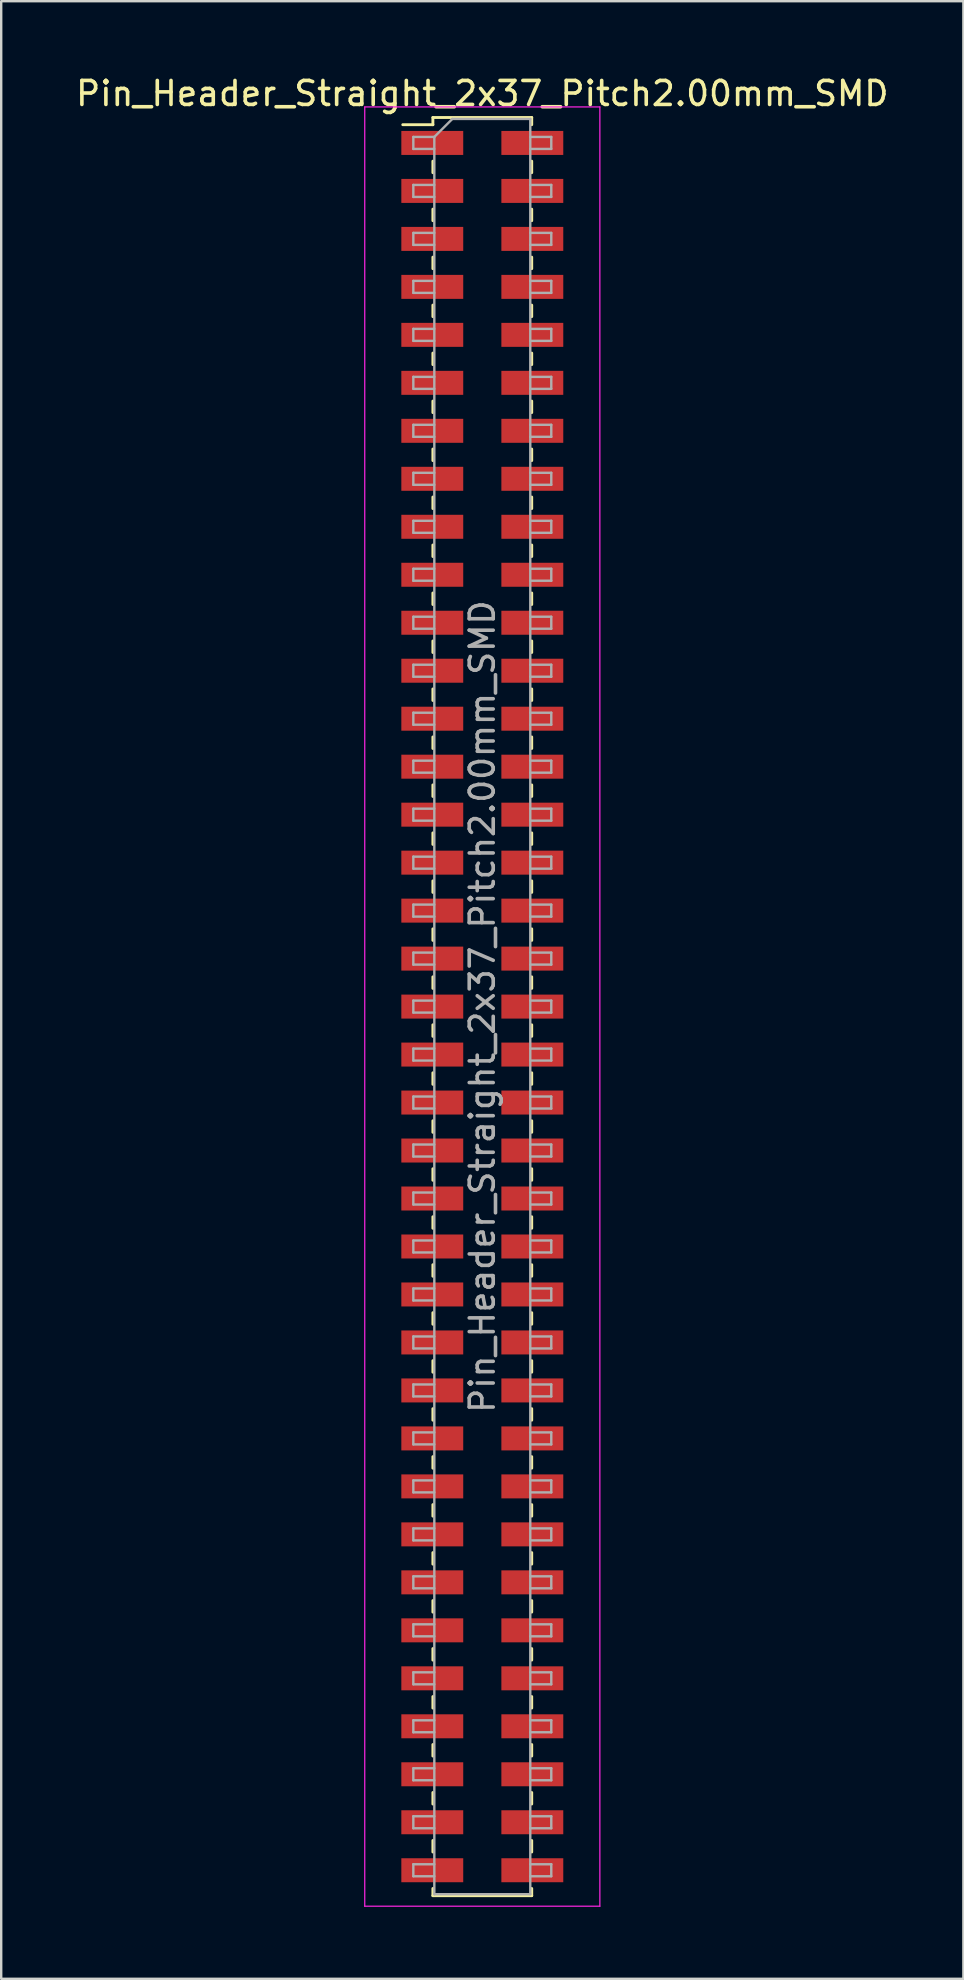
<source format=kicad_pcb>
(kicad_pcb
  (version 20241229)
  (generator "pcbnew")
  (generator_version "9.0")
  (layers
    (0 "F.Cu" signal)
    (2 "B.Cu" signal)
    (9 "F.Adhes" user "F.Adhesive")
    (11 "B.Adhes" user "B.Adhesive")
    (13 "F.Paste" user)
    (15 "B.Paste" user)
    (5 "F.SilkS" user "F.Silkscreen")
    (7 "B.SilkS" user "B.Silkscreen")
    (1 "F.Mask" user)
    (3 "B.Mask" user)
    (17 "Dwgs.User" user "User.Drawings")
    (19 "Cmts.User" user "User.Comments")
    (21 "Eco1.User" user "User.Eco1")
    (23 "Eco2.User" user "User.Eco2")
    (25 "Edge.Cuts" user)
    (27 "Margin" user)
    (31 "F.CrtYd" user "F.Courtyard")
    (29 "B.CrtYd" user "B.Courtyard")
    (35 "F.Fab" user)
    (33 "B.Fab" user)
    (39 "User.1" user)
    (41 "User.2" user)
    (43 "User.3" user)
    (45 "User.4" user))
  (footprint "Pin_Header_Straight_2x37_Pitch2.00mm_SMD"
    (layer "F.Cu")
    (at 17.054 38.908)
    (property "Reference" "Pin_Header_Straight_2x37_Pitch2.00mm_SMD" (at 0 -38.06 0) (layer "F.SilkS") (effects (font (size 1 1) (thickness 0.15))))
    (attr smd)
    (fp_line (start -3.315 -36.76) (end -2.06 -36.76) (stroke (width 0.12) (type solid)) (layer "F.SilkS"))
    (fp_line (start -2.06 -37.06) (end -2.06 -36.76) (stroke (width 0.12) (type solid)) (layer "F.SilkS"))
    (fp_line (start -2.06 -37.06) (end 2.06 -37.06) (stroke (width 0.12) (type solid)) (layer "F.SilkS"))
    (fp_line (start -2.06 -35.24) (end -2.06 -34.76) (stroke (width 0.12) (type solid)) (layer "F.SilkS"))
    (fp_line (start -2.06 -33.24) (end -2.06 -32.76) (stroke (width 0.12) (type solid)) (layer "F.SilkS"))
    (fp_line (start -2.06 -31.24) (end -2.06 -30.76) (stroke (width 0.12) (type solid)) (layer "F.SilkS"))
    (fp_line (start -2.06 -29.24) (end -2.06 -28.76) (stroke (width 0.12) (type solid)) (layer "F.SilkS"))
    (fp_line (start -2.06 -27.24) (end -2.06 -26.76) (stroke (width 0.12) (type solid)) (layer "F.SilkS"))
    (fp_line (start -2.06 -25.24) (end -2.06 -24.76) (stroke (width 0.12) (type solid)) (layer "F.SilkS"))
    (fp_line (start -2.06 -23.24) (end -2.06 -22.76) (stroke (width 0.12) (type solid)) (layer "F.SilkS"))
    (fp_line (start -2.06 -21.24) (end -2.06 -20.76) (stroke (width 0.12) (type solid)) (layer "F.SilkS"))
    (fp_line (start -2.06 -19.24) (end -2.06 -18.76) (stroke (width 0.12) (type solid)) (layer "F.SilkS"))
    (fp_line (start -2.06 -17.24) (end -2.06 -16.76) (stroke (width 0.12) (type solid)) (layer "F.SilkS"))
    (fp_line (start -2.06 -15.24) (end -2.06 -14.76) (stroke (width 0.12) (type solid)) (layer "F.SilkS"))
    (fp_line (start -2.06 -13.24) (end -2.06 -12.76) (stroke (width 0.12) (type solid)) (layer "F.SilkS"))
    (fp_line (start -2.06 -11.24) (end -2.06 -10.76) (stroke (width 0.12) (type solid)) (layer "F.SilkS"))
    (fp_line (start -2.06 -9.24) (end -2.06 -8.76) (stroke (width 0.12) (type solid)) (layer "F.SilkS"))
    (fp_line (start -2.06 -7.24) (end -2.06 -6.76) (stroke (width 0.12) (type solid)) (layer "F.SilkS"))
    (fp_line (start -2.06 -5.24) (end -2.06 -4.76) (stroke (width 0.12) (type solid)) (layer "F.SilkS"))
    (fp_line (start -2.06 -3.24) (end -2.06 -2.76) (stroke (width 0.12) (type solid)) (layer "F.SilkS"))
    (fp_line (start -2.06 -1.24) (end -2.06 -0.76) (stroke (width 0.12) (type solid)) (layer "F.SilkS"))
    (fp_line (start -2.06 0.76) (end -2.06 1.24) (stroke (width 0.12) (type solid)) (layer "F.SilkS"))
    (fp_line (start -2.06 2.76) (end -2.06 3.24) (stroke (width 0.12) (type solid)) (layer "F.SilkS"))
    (fp_line (start -2.06 4.76) (end -2.06 5.24) (stroke (width 0.12) (type solid)) (layer "F.SilkS"))
    (fp_line (start -2.06 6.76) (end -2.06 7.24) (stroke (width 0.12) (type solid)) (layer "F.SilkS"))
    (fp_line (start -2.06 8.76) (end -2.06 9.24) (stroke (width 0.12) (type solid)) (layer "F.SilkS"))
    (fp_line (start -2.06 10.76) (end -2.06 11.24) (stroke (width 0.12) (type solid)) (layer "F.SilkS"))
    (fp_line (start -2.06 12.76) (end -2.06 13.24) (stroke (width 0.12) (type solid)) (layer "F.SilkS"))
    (fp_line (start -2.06 14.76) (end -2.06 15.24) (stroke (width 0.12) (type solid)) (layer "F.SilkS"))
    (fp_line (start -2.06 16.76) (end -2.06 17.24) (stroke (width 0.12) (type solid)) (layer "F.SilkS"))
    (fp_line (start -2.06 18.76) (end -2.06 19.24) (stroke (width 0.12) (type solid)) (layer "F.SilkS"))
    (fp_line (start -2.06 20.76) (end -2.06 21.24) (stroke (width 0.12) (type solid)) (layer "F.SilkS"))
    (fp_line (start -2.06 22.76) (end -2.06 23.24) (stroke (width 0.12) (type solid)) (layer "F.SilkS"))
    (fp_line (start -2.06 24.76) (end -2.06 25.24) (stroke (width 0.12) (type solid)) (layer "F.SilkS"))
    (fp_line (start -2.06 26.76) (end -2.06 27.24) (stroke (width 0.12) (type solid)) (layer "F.SilkS"))
    (fp_line (start -2.06 28.76) (end -2.06 29.24) (stroke (width 0.12) (type solid)) (layer "F.SilkS"))
    (fp_line (start -2.06 30.76) (end -2.06 31.24) (stroke (width 0.12) (type solid)) (layer "F.SilkS"))
    (fp_line (start -2.06 32.76) (end -2.06 33.24) (stroke (width 0.12) (type solid)) (layer "F.SilkS"))
    (fp_line (start -2.06 34.76) (end -2.06 35.24) (stroke (width 0.12) (type solid)) (layer "F.SilkS"))
    (fp_line (start -2.06 36.76) (end -2.06 37.06) (stroke (width 0.12) (type solid)) (layer "F.SilkS"))
    (fp_line (start -2.06 37.06) (end 2.06 37.06) (stroke (width 0.12) (type solid)) (layer "F.SilkS"))
    (fp_line (start 2.06 -37.06) (end 2.06 -36.76) (stroke (width 0.12) (type solid)) (layer "F.SilkS"))
    (fp_line (start 2.06 -35.24) (end 2.06 -34.76) (stroke (width 0.12) (type solid)) (layer "F.SilkS"))
    (fp_line (start 2.06 -33.24) (end 2.06 -32.76) (stroke (width 0.12) (type solid)) (layer "F.SilkS"))
    (fp_line (start 2.06 -31.24) (end 2.06 -30.76) (stroke (width 0.12) (type solid)) (layer "F.SilkS"))
    (fp_line (start 2.06 -29.24) (end 2.06 -28.76) (stroke (width 0.12) (type solid)) (layer "F.SilkS"))
    (fp_line (start 2.06 -27.24) (end 2.06 -26.76) (stroke (width 0.12) (type solid)) (layer "F.SilkS"))
    (fp_line (start 2.06 -25.24) (end 2.06 -24.76) (stroke (width 0.12) (type solid)) (layer "F.SilkS"))
    (fp_line (start 2.06 -23.24) (end 2.06 -22.76) (stroke (width 0.12) (type solid)) (layer "F.SilkS"))
    (fp_line (start 2.06 -21.24) (end 2.06 -20.76) (stroke (width 0.12) (type solid)) (layer "F.SilkS"))
    (fp_line (start 2.06 -19.24) (end 2.06 -18.76) (stroke (width 0.12) (type solid)) (layer "F.SilkS"))
    (fp_line (start 2.06 -17.24) (end 2.06 -16.76) (stroke (width 0.12) (type solid)) (layer "F.SilkS"))
    (fp_line (start 2.06 -15.24) (end 2.06 -14.76) (stroke (width 0.12) (type solid)) (layer "F.SilkS"))
    (fp_line (start 2.06 -13.24) (end 2.06 -12.76) (stroke (width 0.12) (type solid)) (layer "F.SilkS"))
    (fp_line (start 2.06 -11.24) (end 2.06 -10.76) (stroke (width 0.12) (type solid)) (layer "F.SilkS"))
    (fp_line (start 2.06 -9.24) (end 2.06 -8.76) (stroke (width 0.12) (type solid)) (layer "F.SilkS"))
    (fp_line (start 2.06 -7.24) (end 2.06 -6.76) (stroke (width 0.12) (type solid)) (layer "F.SilkS"))
    (fp_line (start 2.06 -5.24) (end 2.06 -4.76) (stroke (width 0.12) (type solid)) (layer "F.SilkS"))
    (fp_line (start 2.06 -3.24) (end 2.06 -2.76) (stroke (width 0.12) (type solid)) (layer "F.SilkS"))
    (fp_line (start 2.06 -1.24) (end 2.06 -0.76) (stroke (width 0.12) (type solid)) (layer "F.SilkS"))
    (fp_line (start 2.06 0.76) (end 2.06 1.24) (stroke (width 0.12) (type solid)) (layer "F.SilkS"))
    (fp_line (start 2.06 2.76) (end 2.06 3.24) (stroke (width 0.12) (type solid)) (layer "F.SilkS"))
    (fp_line (start 2.06 4.76) (end 2.06 5.24) (stroke (width 0.12) (type solid)) (layer "F.SilkS"))
    (fp_line (start 2.06 6.76) (end 2.06 7.24) (stroke (width 0.12) (type solid)) (layer "F.SilkS"))
    (fp_line (start 2.06 8.76) (end 2.06 9.24) (stroke (width 0.12) (type solid)) (layer "F.SilkS"))
    (fp_line (start 2.06 10.76) (end 2.06 11.24) (stroke (width 0.12) (type solid)) (layer "F.SilkS"))
    (fp_line (start 2.06 12.76) (end 2.06 13.24) (stroke (width 0.12) (type solid)) (layer "F.SilkS"))
    (fp_line (start 2.06 14.76) (end 2.06 15.24) (stroke (width 0.12) (type solid)) (layer "F.SilkS"))
    (fp_line (start 2.06 16.76) (end 2.06 17.24) (stroke (width 0.12) (type solid)) (layer "F.SilkS"))
    (fp_line (start 2.06 18.76) (end 2.06 19.24) (stroke (width 0.12) (type solid)) (layer "F.SilkS"))
    (fp_line (start 2.06 20.76) (end 2.06 21.24) (stroke (width 0.12) (type solid)) (layer "F.SilkS"))
    (fp_line (start 2.06 22.76) (end 2.06 23.24) (stroke (width 0.12) (type solid)) (layer "F.SilkS"))
    (fp_line (start 2.06 24.76) (end 2.06 25.24) (stroke (width 0.12) (type solid)) (layer "F.SilkS"))
    (fp_line (start 2.06 26.76) (end 2.06 27.24) (stroke (width 0.12) (type solid)) (layer "F.SilkS"))
    (fp_line (start 2.06 28.76) (end 2.06 29.24) (stroke (width 0.12) (type solid)) (layer "F.SilkS"))
    (fp_line (start 2.06 30.76) (end 2.06 31.24) (stroke (width 0.12) (type solid)) (layer "F.SilkS"))
    (fp_line (start 2.06 32.76) (end 2.06 33.24) (stroke (width 0.12) (type solid)) (layer "F.SilkS"))
    (fp_line (start 2.06 34.76) (end 2.06 35.24) (stroke (width 0.12) (type solid)) (layer "F.SilkS"))
    (fp_line (start 2.06 36.76) (end 2.06 37.06) (stroke (width 0.12) (type solid)) (layer "F.SilkS"))
    (fp_line (start -4.9 -37.5) (end -4.9 37.5) (stroke (width 0.05) (type solid)) (layer "F.CrtYd"))
    (fp_line (start -4.9 37.5) (end 4.9 37.5) (stroke (width 0.05) (type solid)) (layer "F.CrtYd"))
    (fp_line (start 4.9 -37.5) (end -4.9 -37.5) (stroke (width 0.05) (type solid)) (layer "F.CrtYd"))
    (fp_line (start 4.9 37.5) (end 4.9 -37.5) (stroke (width 0.05) (type solid)) (layer "F.CrtYd"))
    (fp_line (start -2.875 -36.25) (end -2.875 -35.75) (stroke (width 0.1) (type solid)) (layer "F.Fab"))
    (fp_line (start -2.875 -35.75) (end -2 -35.75) (stroke (width 0.1) (type solid)) (layer "F.Fab"))
    (fp_line (start -2.875 -34.25) (end -2.875 -33.75) (stroke (width 0.1) (type solid)) (layer "F.Fab"))
    (fp_line (start -2.875 -33.75) (end -2 -33.75) (stroke (width 0.1) (type solid)) (layer "F.Fab"))
    (fp_line (start -2.875 -32.25) (end -2.875 -31.75) (stroke (width 0.1) (type solid)) (layer "F.Fab"))
    (fp_line (start -2.875 -31.75) (end -2 -31.75) (stroke (width 0.1) (type solid)) (layer "F.Fab"))
    (fp_line (start -2.875 -30.25) (end -2.875 -29.75) (stroke (width 0.1) (type solid)) (layer "F.Fab"))
    (fp_line (start -2.875 -29.75) (end -2 -29.75) (stroke (width 0.1) (type solid)) (layer "F.Fab"))
    (fp_line (start -2.875 -28.25) (end -2.875 -27.75) (stroke (width 0.1) (type solid)) (layer "F.Fab"))
    (fp_line (start -2.875 -27.75) (end -2 -27.75) (stroke (width 0.1) (type solid)) (layer "F.Fab"))
    (fp_line (start -2.875 -26.25) (end -2.875 -25.75) (stroke (width 0.1) (type solid)) (layer "F.Fab"))
    (fp_line (start -2.875 -25.75) (end -2 -25.75) (stroke (width 0.1) (type solid)) (layer "F.Fab"))
    (fp_line (start -2.875 -24.25) (end -2.875 -23.75) (stroke (width 0.1) (type solid)) (layer "F.Fab"))
    (fp_line (start -2.875 -23.75) (end -2 -23.75) (stroke (width 0.1) (type solid)) (layer "F.Fab"))
    (fp_line (start -2.875 -22.25) (end -2.875 -21.75) (stroke (width 0.1) (type solid)) (layer "F.Fab"))
    (fp_line (start -2.875 -21.75) (end -2 -21.75) (stroke (width 0.1) (type solid)) (layer "F.Fab"))
    (fp_line (start -2.875 -20.25) (end -2.875 -19.75) (stroke (width 0.1) (type solid)) (layer "F.Fab"))
    (fp_line (start -2.875 -19.75) (end -2 -19.75) (stroke (width 0.1) (type solid)) (layer "F.Fab"))
    (fp_line (start -2.875 -18.25) (end -2.875 -17.75) (stroke (width 0.1) (type solid)) (layer "F.Fab"))
    (fp_line (start -2.875 -17.75) (end -2 -17.75) (stroke (width 0.1) (type solid)) (layer "F.Fab"))
    (fp_line (start -2.875 -16.25) (end -2.875 -15.75) (stroke (width 0.1) (type solid)) (layer "F.Fab"))
    (fp_line (start -2.875 -15.75) (end -2 -15.75) (stroke (width 0.1) (type solid)) (layer "F.Fab"))
    (fp_line (start -2.875 -14.25) (end -2.875 -13.75) (stroke (width 0.1) (type solid)) (layer "F.Fab"))
    (fp_line (start -2.875 -13.75) (end -2 -13.75) (stroke (width 0.1) (type solid)) (layer "F.Fab"))
    (fp_line (start -2.875 -12.25) (end -2.875 -11.75) (stroke (width 0.1) (type solid)) (layer "F.Fab"))
    (fp_line (start -2.875 -11.75) (end -2 -11.75) (stroke (width 0.1) (type solid)) (layer "F.Fab"))
    (fp_line (start -2.875 -10.25) (end -2.875 -9.75) (stroke (width 0.1) (type solid)) (layer "F.Fab"))
    (fp_line (start -2.875 -9.75) (end -2 -9.75) (stroke (width 0.1) (type solid)) (layer "F.Fab"))
    (fp_line (start -2.875 -8.25) (end -2.875 -7.75) (stroke (width 0.1) (type solid)) (layer "F.Fab"))
    (fp_line (start -2.875 -7.75) (end -2 -7.75) (stroke (width 0.1) (type solid)) (layer "F.Fab"))
    (fp_line (start -2.875 -6.25) (end -2.875 -5.75) (stroke (width 0.1) (type solid)) (layer "F.Fab"))
    (fp_line (start -2.875 -5.75) (end -2 -5.75) (stroke (width 0.1) (type solid)) (layer "F.Fab"))
    (fp_line (start -2.875 -4.25) (end -2.875 -3.75) (stroke (width 0.1) (type solid)) (layer "F.Fab"))
    (fp_line (start -2.875 -3.75) (end -2 -3.75) (stroke (width 0.1) (type solid)) (layer "F.Fab"))
    (fp_line (start -2.875 -2.25) (end -2.875 -1.75) (stroke (width 0.1) (type solid)) (layer "F.Fab"))
    (fp_line (start -2.875 -1.75) (end -2 -1.75) (stroke (width 0.1) (type solid)) (layer "F.Fab"))
    (fp_line (start -2.875 -0.25) (end -2.875 0.25) (stroke (width 0.1) (type solid)) (layer "F.Fab"))
    (fp_line (start -2.875 0.25) (end -2 0.25) (stroke (width 0.1) (type solid)) (layer "F.Fab"))
    (fp_line (start -2.875 1.75) (end -2.875 2.25) (stroke (width 0.1) (type solid)) (layer "F.Fab"))
    (fp_line (start -2.875 2.25) (end -2 2.25) (stroke (width 0.1) (type solid)) (layer "F.Fab"))
    (fp_line (start -2.875 3.75) (end -2.875 4.25) (stroke (width 0.1) (type solid)) (layer "F.Fab"))
    (fp_line (start -2.875 4.25) (end -2 4.25) (stroke (width 0.1) (type solid)) (layer "F.Fab"))
    (fp_line (start -2.875 5.75) (end -2.875 6.25) (stroke (width 0.1) (type solid)) (layer "F.Fab"))
    (fp_line (start -2.875 6.25) (end -2 6.25) (stroke (width 0.1) (type solid)) (layer "F.Fab"))
    (fp_line (start -2.875 7.75) (end -2.875 8.25) (stroke (width 0.1) (type solid)) (layer "F.Fab"))
    (fp_line (start -2.875 8.25) (end -2 8.25) (stroke (width 0.1) (type solid)) (layer "F.Fab"))
    (fp_line (start -2.875 9.75) (end -2.875 10.25) (stroke (width 0.1) (type solid)) (layer "F.Fab"))
    (fp_line (start -2.875 10.25) (end -2 10.25) (stroke (width 0.1) (type solid)) (layer "F.Fab"))
    (fp_line (start -2.875 11.75) (end -2.875 12.25) (stroke (width 0.1) (type solid)) (layer "F.Fab"))
    (fp_line (start -2.875 12.25) (end -2 12.25) (stroke (width 0.1) (type solid)) (layer "F.Fab"))
    (fp_line (start -2.875 13.75) (end -2.875 14.25) (stroke (width 0.1) (type solid)) (layer "F.Fab"))
    (fp_line (start -2.875 14.25) (end -2 14.25) (stroke (width 0.1) (type solid)) (layer "F.Fab"))
    (fp_line (start -2.875 15.75) (end -2.875 16.25) (stroke (width 0.1) (type solid)) (layer "F.Fab"))
    (fp_line (start -2.875 16.25) (end -2 16.25) (stroke (width 0.1) (type solid)) (layer "F.Fab"))
    (fp_line (start -2.875 17.75) (end -2.875 18.25) (stroke (width 0.1) (type solid)) (layer "F.Fab"))
    (fp_line (start -2.875 18.25) (end -2 18.25) (stroke (width 0.1) (type solid)) (layer "F.Fab"))
    (fp_line (start -2.875 19.75) (end -2.875 20.25) (stroke (width 0.1) (type solid)) (layer "F.Fab"))
    (fp_line (start -2.875 20.25) (end -2 20.25) (stroke (width 0.1) (type solid)) (layer "F.Fab"))
    (fp_line (start -2.875 21.75) (end -2.875 22.25) (stroke (width 0.1) (type solid)) (layer "F.Fab"))
    (fp_line (start -2.875 22.25) (end -2 22.25) (stroke (width 0.1) (type solid)) (layer "F.Fab"))
    (fp_line (start -2.875 23.75) (end -2.875 24.25) (stroke (width 0.1) (type solid)) (layer "F.Fab"))
    (fp_line (start -2.875 24.25) (end -2 24.25) (stroke (width 0.1) (type solid)) (layer "F.Fab"))
    (fp_line (start -2.875 25.75) (end -2.875 26.25) (stroke (width 0.1) (type solid)) (layer "F.Fab"))
    (fp_line (start -2.875 26.25) (end -2 26.25) (stroke (width 0.1) (type solid)) (layer "F.Fab"))
    (fp_line (start -2.875 27.75) (end -2.875 28.25) (stroke (width 0.1) (type solid)) (layer "F.Fab"))
    (fp_line (start -2.875 28.25) (end -2 28.25) (stroke (width 0.1) (type solid)) (layer "F.Fab"))
    (fp_line (start -2.875 29.75) (end -2.875 30.25) (stroke (width 0.1) (type solid)) (layer "F.Fab"))
    (fp_line (start -2.875 30.25) (end -2 30.25) (stroke (width 0.1) (type solid)) (layer "F.Fab"))
    (fp_line (start -2.875 31.75) (end -2.875 32.25) (stroke (width 0.1) (type solid)) (layer "F.Fab"))
    (fp_line (start -2.875 32.25) (end -2 32.25) (stroke (width 0.1) (type solid)) (layer "F.Fab"))
    (fp_line (start -2.875 33.75) (end -2.875 34.25) (stroke (width 0.1) (type solid)) (layer "F.Fab"))
    (fp_line (start -2.875 34.25) (end -2 34.25) (stroke (width 0.1) (type solid)) (layer "F.Fab"))
    (fp_line (start -2.875 35.75) (end -2.875 36.25) (stroke (width 0.1) (type solid)) (layer "F.Fab"))
    (fp_line (start -2.875 36.25) (end -2 36.25) (stroke (width 0.1) (type solid)) (layer "F.Fab"))
    (fp_line (start -2 -36.25) (end -2.875 -36.25) (stroke (width 0.1) (type solid)) (layer "F.Fab"))
    (fp_line (start -2 -36.25) (end -1.25 -37) (stroke (width 0.1) (type solid)) (layer "F.Fab"))
    (fp_line (start -2 -34.25) (end -2.875 -34.25) (stroke (width 0.1) (type solid)) (layer "F.Fab"))
    (fp_line (start -2 -32.25) (end -2.875 -32.25) (stroke (width 0.1) (type solid)) (layer "F.Fab"))
    (fp_line (start -2 -30.25) (end -2.875 -30.25) (stroke (width 0.1) (type solid)) (layer "F.Fab"))
    (fp_line (start -2 -28.25) (end -2.875 -28.25) (stroke (width 0.1) (type solid)) (layer "F.Fab"))
    (fp_line (start -2 -26.25) (end -2.875 -26.25) (stroke (width 0.1) (type solid)) (layer "F.Fab"))
    (fp_line (start -2 -24.25) (end -2.875 -24.25) (stroke (width 0.1) (type solid)) (layer "F.Fab"))
    (fp_line (start -2 -22.25) (end -2.875 -22.25) (stroke (width 0.1) (type solid)) (layer "F.Fab"))
    (fp_line (start -2 -20.25) (end -2.875 -20.25) (stroke (width 0.1) (type solid)) (layer "F.Fab"))
    (fp_line (start -2 -18.25) (end -2.875 -18.25) (stroke (width 0.1) (type solid)) (layer "F.Fab"))
    (fp_line (start -2 -16.25) (end -2.875 -16.25) (stroke (width 0.1) (type solid)) (layer "F.Fab"))
    (fp_line (start -2 -14.25) (end -2.875 -14.25) (stroke (width 0.1) (type solid)) (layer "F.Fab"))
    (fp_line (start -2 -12.25) (end -2.875 -12.25) (stroke (width 0.1) (type solid)) (layer "F.Fab"))
    (fp_line (start -2 -10.25) (end -2.875 -10.25) (stroke (width 0.1) (type solid)) (layer "F.Fab"))
    (fp_line (start -2 -8.25) (end -2.875 -8.25) (stroke (width 0.1) (type solid)) (layer "F.Fab"))
    (fp_line (start -2 -6.25) (end -2.875 -6.25) (stroke (width 0.1) (type solid)) (layer "F.Fab"))
    (fp_line (start -2 -4.25) (end -2.875 -4.25) (stroke (width 0.1) (type solid)) (layer "F.Fab"))
    (fp_line (start -2 -2.25) (end -2.875 -2.25) (stroke (width 0.1) (type solid)) (layer "F.Fab"))
    (fp_line (start -2 -0.25) (end -2.875 -0.25) (stroke (width 0.1) (type solid)) (layer "F.Fab"))
    (fp_line (start -2 1.75) (end -2.875 1.75) (stroke (width 0.1) (type solid)) (layer "F.Fab"))
    (fp_line (start -2 3.75) (end -2.875 3.75) (stroke (width 0.1) (type solid)) (layer "F.Fab"))
    (fp_line (start -2 5.75) (end -2.875 5.75) (stroke (width 0.1) (type solid)) (layer "F.Fab"))
    (fp_line (start -2 7.75) (end -2.875 7.75) (stroke (width 0.1) (type solid)) (layer "F.Fab"))
    (fp_line (start -2 9.75) (end -2.875 9.75) (stroke (width 0.1) (type solid)) (layer "F.Fab"))
    (fp_line (start -2 11.75) (end -2.875 11.75) (stroke (width 0.1) (type solid)) (layer "F.Fab"))
    (fp_line (start -2 13.75) (end -2.875 13.75) (stroke (width 0.1) (type solid)) (layer "F.Fab"))
    (fp_line (start -2 15.75) (end -2.875 15.75) (stroke (width 0.1) (type solid)) (layer "F.Fab"))
    (fp_line (start -2 17.75) (end -2.875 17.75) (stroke (width 0.1) (type solid)) (layer "F.Fab"))
    (fp_line (start -2 19.75) (end -2.875 19.75) (stroke (width 0.1) (type solid)) (layer "F.Fab"))
    (fp_line (start -2 21.75) (end -2.875 21.75) (stroke (width 0.1) (type solid)) (layer "F.Fab"))
    (fp_line (start -2 23.75) (end -2.875 23.75) (stroke (width 0.1) (type solid)) (layer "F.Fab"))
    (fp_line (start -2 25.75) (end -2.875 25.75) (stroke (width 0.1) (type solid)) (layer "F.Fab"))
    (fp_line (start -2 27.75) (end -2.875 27.75) (stroke (width 0.1) (type solid)) (layer "F.Fab"))
    (fp_line (start -2 29.75) (end -2.875 29.75) (stroke (width 0.1) (type solid)) (layer "F.Fab"))
    (fp_line (start -2 31.75) (end -2.875 31.75) (stroke (width 0.1) (type solid)) (layer "F.Fab"))
    (fp_line (start -2 33.75) (end -2.875 33.75) (stroke (width 0.1) (type solid)) (layer "F.Fab"))
    (fp_line (start -2 35.75) (end -2.875 35.75) (stroke (width 0.1) (type solid)) (layer "F.Fab"))
    (fp_line (start -2 37) (end -2 -36.25) (stroke (width 0.1) (type solid)) (layer "F.Fab"))
    (fp_line (start -1.25 -37) (end 2 -37) (stroke (width 0.1) (type solid)) (layer "F.Fab"))
    (fp_line (start 2 -37) (end 2 37) (stroke (width 0.1) (type solid)) (layer "F.Fab"))
    (fp_line (start 2 -36.25) (end 2.875 -36.25) (stroke (width 0.1) (type solid)) (layer "F.Fab"))
    (fp_line (start 2 -34.25) (end 2.875 -34.25) (stroke (width 0.1) (type solid)) (layer "F.Fab"))
    (fp_line (start 2 -32.25) (end 2.875 -32.25) (stroke (width 0.1) (type solid)) (layer "F.Fab"))
    (fp_line (start 2 -30.25) (end 2.875 -30.25) (stroke (width 0.1) (type solid)) (layer "F.Fab"))
    (fp_line (start 2 -28.25) (end 2.875 -28.25) (stroke (width 0.1) (type solid)) (layer "F.Fab"))
    (fp_line (start 2 -26.25) (end 2.875 -26.25) (stroke (width 0.1) (type solid)) (layer "F.Fab"))
    (fp_line (start 2 -24.25) (end 2.875 -24.25) (stroke (width 0.1) (type solid)) (layer "F.Fab"))
    (fp_line (start 2 -22.25) (end 2.875 -22.25) (stroke (width 0.1) (type solid)) (layer "F.Fab"))
    (fp_line (start 2 -20.25) (end 2.875 -20.25) (stroke (width 0.1) (type solid)) (layer "F.Fab"))
    (fp_line (start 2 -18.25) (end 2.875 -18.25) (stroke (width 0.1) (type solid)) (layer "F.Fab"))
    (fp_line (start 2 -16.25) (end 2.875 -16.25) (stroke (width 0.1) (type solid)) (layer "F.Fab"))
    (fp_line (start 2 -14.25) (end 2.875 -14.25) (stroke (width 0.1) (type solid)) (layer "F.Fab"))
    (fp_line (start 2 -12.25) (end 2.875 -12.25) (stroke (width 0.1) (type solid)) (layer "F.Fab"))
    (fp_line (start 2 -10.25) (end 2.875 -10.25) (stroke (width 0.1) (type solid)) (layer "F.Fab"))
    (fp_line (start 2 -8.25) (end 2.875 -8.25) (stroke (width 0.1) (type solid)) (layer "F.Fab"))
    (fp_line (start 2 -6.25) (end 2.875 -6.25) (stroke (width 0.1) (type solid)) (layer "F.Fab"))
    (fp_line (start 2 -4.25) (end 2.875 -4.25) (stroke (width 0.1) (type solid)) (layer "F.Fab"))
    (fp_line (start 2 -2.25) (end 2.875 -2.25) (stroke (width 0.1) (type solid)) (layer "F.Fab"))
    (fp_line (start 2 -0.25) (end 2.875 -0.25) (stroke (width 0.1) (type solid)) (layer "F.Fab"))
    (fp_line (start 2 1.75) (end 2.875 1.75) (stroke (width 0.1) (type solid)) (layer "F.Fab"))
    (fp_line (start 2 3.75) (end 2.875 3.75) (stroke (width 0.1) (type solid)) (layer "F.Fab"))
    (fp_line (start 2 5.75) (end 2.875 5.75) (stroke (width 0.1) (type solid)) (layer "F.Fab"))
    (fp_line (start 2 7.75) (end 2.875 7.75) (stroke (width 0.1) (type solid)) (layer "F.Fab"))
    (fp_line (start 2 9.75) (end 2.875 9.75) (stroke (width 0.1) (type solid)) (layer "F.Fab"))
    (fp_line (start 2 11.75) (end 2.875 11.75) (stroke (width 0.1) (type solid)) (layer "F.Fab"))
    (fp_line (start 2 13.75) (end 2.875 13.75) (stroke (width 0.1) (type solid)) (layer "F.Fab"))
    (fp_line (start 2 15.75) (end 2.875 15.75) (stroke (width 0.1) (type solid)) (layer "F.Fab"))
    (fp_line (start 2 17.75) (end 2.875 17.75) (stroke (width 0.1) (type solid)) (layer "F.Fab"))
    (fp_line (start 2 19.75) (end 2.875 19.75) (stroke (width 0.1) (type solid)) (layer "F.Fab"))
    (fp_line (start 2 21.75) (end 2.875 21.75) (stroke (width 0.1) (type solid)) (layer "F.Fab"))
    (fp_line (start 2 23.75) (end 2.875 23.75) (stroke (width 0.1) (type solid)) (layer "F.Fab"))
    (fp_line (start 2 25.75) (end 2.875 25.75) (stroke (width 0.1) (type solid)) (layer "F.Fab"))
    (fp_line (start 2 27.75) (end 2.875 27.75) (stroke (width 0.1) (type solid)) (layer "F.Fab"))
    (fp_line (start 2 29.75) (end 2.875 29.75) (stroke (width 0.1) (type solid)) (layer "F.Fab"))
    (fp_line (start 2 31.75) (end 2.875 31.75) (stroke (width 0.1) (type solid)) (layer "F.Fab"))
    (fp_line (start 2 33.75) (end 2.875 33.75) (stroke (width 0.1) (type solid)) (layer "F.Fab"))
    (fp_line (start 2 35.75) (end 2.875 35.75) (stroke (width 0.1) (type solid)) (layer "F.Fab"))
    (fp_line (start 2 37) (end -2 37) (stroke (width 0.1) (type solid)) (layer "F.Fab"))
    (fp_line (start 2.875 -36.25) (end 2.875 -35.75) (stroke (width 0.1) (type solid)) (layer "F.Fab"))
    (fp_line (start 2.875 -35.75) (end 2 -35.75) (stroke (width 0.1) (type solid)) (layer "F.Fab"))
    (fp_line (start 2.875 -34.25) (end 2.875 -33.75) (stroke (width 0.1) (type solid)) (layer "F.Fab"))
    (fp_line (start 2.875 -33.75) (end 2 -33.75) (stroke (width 0.1) (type solid)) (layer "F.Fab"))
    (fp_line (start 2.875 -32.25) (end 2.875 -31.75) (stroke (width 0.1) (type solid)) (layer "F.Fab"))
    (fp_line (start 2.875 -31.75) (end 2 -31.75) (stroke (width 0.1) (type solid)) (layer "F.Fab"))
    (fp_line (start 2.875 -30.25) (end 2.875 -29.75) (stroke (width 0.1) (type solid)) (layer "F.Fab"))
    (fp_line (start 2.875 -29.75) (end 2 -29.75) (stroke (width 0.1) (type solid)) (layer "F.Fab"))
    (fp_line (start 2.875 -28.25) (end 2.875 -27.75) (stroke (width 0.1) (type solid)) (layer "F.Fab"))
    (fp_line (start 2.875 -27.75) (end 2 -27.75) (stroke (width 0.1) (type solid)) (layer "F.Fab"))
    (fp_line (start 2.875 -26.25) (end 2.875 -25.75) (stroke (width 0.1) (type solid)) (layer "F.Fab"))
    (fp_line (start 2.875 -25.75) (end 2 -25.75) (stroke (width 0.1) (type solid)) (layer "F.Fab"))
    (fp_line (start 2.875 -24.25) (end 2.875 -23.75) (stroke (width 0.1) (type solid)) (layer "F.Fab"))
    (fp_line (start 2.875 -23.75) (end 2 -23.75) (stroke (width 0.1) (type solid)) (layer "F.Fab"))
    (fp_line (start 2.875 -22.25) (end 2.875 -21.75) (stroke (width 0.1) (type solid)) (layer "F.Fab"))
    (fp_line (start 2.875 -21.75) (end 2 -21.75) (stroke (width 0.1) (type solid)) (layer "F.Fab"))
    (fp_line (start 2.875 -20.25) (end 2.875 -19.75) (stroke (width 0.1) (type solid)) (layer "F.Fab"))
    (fp_line (start 2.875 -19.75) (end 2 -19.75) (stroke (width 0.1) (type solid)) (layer "F.Fab"))
    (fp_line (start 2.875 -18.25) (end 2.875 -17.75) (stroke (width 0.1) (type solid)) (layer "F.Fab"))
    (fp_line (start 2.875 -17.75) (end 2 -17.75) (stroke (width 0.1) (type solid)) (layer "F.Fab"))
    (fp_line (start 2.875 -16.25) (end 2.875 -15.75) (stroke (width 0.1) (type solid)) (layer "F.Fab"))
    (fp_line (start 2.875 -15.75) (end 2 -15.75) (stroke (width 0.1) (type solid)) (layer "F.Fab"))
    (fp_line (start 2.875 -14.25) (end 2.875 -13.75) (stroke (width 0.1) (type solid)) (layer "F.Fab"))
    (fp_line (start 2.875 -13.75) (end 2 -13.75) (stroke (width 0.1) (type solid)) (layer "F.Fab"))
    (fp_line (start 2.875 -12.25) (end 2.875 -11.75) (stroke (width 0.1) (type solid)) (layer "F.Fab"))
    (fp_line (start 2.875 -11.75) (end 2 -11.75) (stroke (width 0.1) (type solid)) (layer "F.Fab"))
    (fp_line (start 2.875 -10.25) (end 2.875 -9.75) (stroke (width 0.1) (type solid)) (layer "F.Fab"))
    (fp_line (start 2.875 -9.75) (end 2 -9.75) (stroke (width 0.1) (type solid)) (layer "F.Fab"))
    (fp_line (start 2.875 -8.25) (end 2.875 -7.75) (stroke (width 0.1) (type solid)) (layer "F.Fab"))
    (fp_line (start 2.875 -7.75) (end 2 -7.75) (stroke (width 0.1) (type solid)) (layer "F.Fab"))
    (fp_line (start 2.875 -6.25) (end 2.875 -5.75) (stroke (width 0.1) (type solid)) (layer "F.Fab"))
    (fp_line (start 2.875 -5.75) (end 2 -5.75) (stroke (width 0.1) (type solid)) (layer "F.Fab"))
    (fp_line (start 2.875 -4.25) (end 2.875 -3.75) (stroke (width 0.1) (type solid)) (layer "F.Fab"))
    (fp_line (start 2.875 -3.75) (end 2 -3.75) (stroke (width 0.1) (type solid)) (layer "F.Fab"))
    (fp_line (start 2.875 -2.25) (end 2.875 -1.75) (stroke (width 0.1) (type solid)) (layer "F.Fab"))
    (fp_line (start 2.875 -1.75) (end 2 -1.75) (stroke (width 0.1) (type solid)) (layer "F.Fab"))
    (fp_line (start 2.875 -0.25) (end 2.875 0.25) (stroke (width 0.1) (type solid)) (layer "F.Fab"))
    (fp_line (start 2.875 0.25) (end 2 0.25) (stroke (width 0.1) (type solid)) (layer "F.Fab"))
    (fp_line (start 2.875 1.75) (end 2.875 2.25) (stroke (width 0.1) (type solid)) (layer "F.Fab"))
    (fp_line (start 2.875 2.25) (end 2 2.25) (stroke (width 0.1) (type solid)) (layer "F.Fab"))
    (fp_line (start 2.875 3.75) (end 2.875 4.25) (stroke (width 0.1) (type solid)) (layer "F.Fab"))
    (fp_line (start 2.875 4.25) (end 2 4.25) (stroke (width 0.1) (type solid)) (layer "F.Fab"))
    (fp_line (start 2.875 5.75) (end 2.875 6.25) (stroke (width 0.1) (type solid)) (layer "F.Fab"))
    (fp_line (start 2.875 6.25) (end 2 6.25) (stroke (width 0.1) (type solid)) (layer "F.Fab"))
    (fp_line (start 2.875 7.75) (end 2.875 8.25) (stroke (width 0.1) (type solid)) (layer "F.Fab"))
    (fp_line (start 2.875 8.25) (end 2 8.25) (stroke (width 0.1) (type solid)) (layer "F.Fab"))
    (fp_line (start 2.875 9.75) (end 2.875 10.25) (stroke (width 0.1) (type solid)) (layer "F.Fab"))
    (fp_line (start 2.875 10.25) (end 2 10.25) (stroke (width 0.1) (type solid)) (layer "F.Fab"))
    (fp_line (start 2.875 11.75) (end 2.875 12.25) (stroke (width 0.1) (type solid)) (layer "F.Fab"))
    (fp_line (start 2.875 12.25) (end 2 12.25) (stroke (width 0.1) (type solid)) (layer "F.Fab"))
    (fp_line (start 2.875 13.75) (end 2.875 14.25) (stroke (width 0.1) (type solid)) (layer "F.Fab"))
    (fp_line (start 2.875 14.25) (end 2 14.25) (stroke (width 0.1) (type solid)) (layer "F.Fab"))
    (fp_line (start 2.875 15.75) (end 2.875 16.25) (stroke (width 0.1) (type solid)) (layer "F.Fab"))
    (fp_line (start 2.875 16.25) (end 2 16.25) (stroke (width 0.1) (type solid)) (layer "F.Fab"))
    (fp_line (start 2.875 17.75) (end 2.875 18.25) (stroke (width 0.1) (type solid)) (layer "F.Fab"))
    (fp_line (start 2.875 18.25) (end 2 18.25) (stroke (width 0.1) (type solid)) (layer "F.Fab"))
    (fp_line (start 2.875 19.75) (end 2.875 20.25) (stroke (width 0.1) (type solid)) (layer "F.Fab"))
    (fp_line (start 2.875 20.25) (end 2 20.25) (stroke (width 0.1) (type solid)) (layer "F.Fab"))
    (fp_line (start 2.875 21.75) (end 2.875 22.25) (stroke (width 0.1) (type solid)) (layer "F.Fab"))
    (fp_line (start 2.875 22.25) (end 2 22.25) (stroke (width 0.1) (type solid)) (layer "F.Fab"))
    (fp_line (start 2.875 23.75) (end 2.875 24.25) (stroke (width 0.1) (type solid)) (layer "F.Fab"))
    (fp_line (start 2.875 24.25) (end 2 24.25) (stroke (width 0.1) (type solid)) (layer "F.Fab"))
    (fp_line (start 2.875 25.75) (end 2.875 26.25) (stroke (width 0.1) (type solid)) (layer "F.Fab"))
    (fp_line (start 2.875 26.25) (end 2 26.25) (stroke (width 0.1) (type solid)) (layer "F.Fab"))
    (fp_line (start 2.875 27.75) (end 2.875 28.25) (stroke (width 0.1) (type solid)) (layer "F.Fab"))
    (fp_line (start 2.875 28.25) (end 2 28.25) (stroke (width 0.1) (type solid)) (layer "F.Fab"))
    (fp_line (start 2.875 29.75) (end 2.875 30.25) (stroke (width 0.1) (type solid)) (layer "F.Fab"))
    (fp_line (start 2.875 30.25) (end 2 30.25) (stroke (width 0.1) (type solid)) (layer "F.Fab"))
    (fp_line (start 2.875 31.75) (end 2.875 32.25) (stroke (width 0.1) (type solid)) (layer "F.Fab"))
    (fp_line (start 2.875 32.25) (end 2 32.25) (stroke (width 0.1) (type solid)) (layer "F.Fab"))
    (fp_line (start 2.875 33.75) (end 2.875 34.25) (stroke (width 0.1) (type solid)) (layer "F.Fab"))
    (fp_line (start 2.875 34.25) (end 2 34.25) (stroke (width 0.1) (type solid)) (layer "F.Fab"))
    (fp_line (start 2.875 35.75) (end 2.875 36.25) (stroke (width 0.1) (type solid)) (layer "F.Fab"))
    (fp_line (start 2.875 36.25) (end 2 36.25) (stroke (width 0.1) (type solid)) (layer "F.Fab"))
    (fp_text user "${REFERENCE}" (at 0 0 90) (layer "F.Fab") (effects (font (size 1 1) (thickness 0.15))))
    (pad "1" smd rect (at -2.085 -36) (size 2.58 1) (layers "F.Cu" "F.Mask" "F.Paste"))
    (pad "2" smd rect (at 2.085 -36) (size 2.58 1) (layers "F.Cu" "F.Mask" "F.Paste"))
    (pad "3" smd rect (at -2.085 -34) (size 2.58 1) (layers "F.Cu" "F.Mask" "F.Paste"))
    (pad "4" smd rect (at 2.085 -34) (size 2.58 1) (layers "F.Cu" "F.Mask" "F.Paste"))
    (pad "5" smd rect (at -2.085 -32) (size 2.58 1) (layers "F.Cu" "F.Mask" "F.Paste"))
    (pad "6" smd rect (at 2.085 -32) (size 2.58 1) (layers "F.Cu" "F.Mask" "F.Paste"))
    (pad "7" smd rect (at -2.085 -30) (size 2.58 1) (layers "F.Cu" "F.Mask" "F.Paste"))
    (pad "8" smd rect (at 2.085 -30) (size 2.58 1) (layers "F.Cu" "F.Mask" "F.Paste"))
    (pad "9" smd rect (at -2.085 -28) (size 2.58 1) (layers "F.Cu" "F.Mask" "F.Paste"))
    (pad "10" smd rect (at 2.085 -28) (size 2.58 1) (layers "F.Cu" "F.Mask" "F.Paste"))
    (pad "11" smd rect (at -2.085 -26) (size 2.58 1) (layers "F.Cu" "F.Mask" "F.Paste"))
    (pad "12" smd rect (at 2.085 -26) (size 2.58 1) (layers "F.Cu" "F.Mask" "F.Paste"))
    (pad "13" smd rect (at -2.085 -24) (size 2.58 1) (layers "F.Cu" "F.Mask" "F.Paste"))
    (pad "14" smd rect (at 2.085 -24) (size 2.58 1) (layers "F.Cu" "F.Mask" "F.Paste"))
    (pad "15" smd rect (at -2.085 -22) (size 2.58 1) (layers "F.Cu" "F.Mask" "F.Paste"))
    (pad "16" smd rect (at 2.085 -22) (size 2.58 1) (layers "F.Cu" "F.Mask" "F.Paste"))
    (pad "17" smd rect (at -2.085 -20) (size 2.58 1) (layers "F.Cu" "F.Mask" "F.Paste"))
    (pad "18" smd rect (at 2.085 -20) (size 2.58 1) (layers "F.Cu" "F.Mask" "F.Paste"))
    (pad "19" smd rect (at -2.085 -18) (size 2.58 1) (layers "F.Cu" "F.Mask" "F.Paste"))
    (pad "20" smd rect (at 2.085 -18) (size 2.58 1) (layers "F.Cu" "F.Mask" "F.Paste"))
    (pad "21" smd rect (at -2.085 -16) (size 2.58 1) (layers "F.Cu" "F.Mask" "F.Paste"))
    (pad "22" smd rect (at 2.085 -16) (size 2.58 1) (layers "F.Cu" "F.Mask" "F.Paste"))
    (pad "23" smd rect (at -2.085 -14) (size 2.58 1) (layers "F.Cu" "F.Mask" "F.Paste"))
    (pad "24" smd rect (at 2.085 -14) (size 2.58 1) (layers "F.Cu" "F.Mask" "F.Paste"))
    (pad "25" smd rect (at -2.085 -12) (size 2.58 1) (layers "F.Cu" "F.Mask" "F.Paste"))
    (pad "26" smd rect (at 2.085 -12) (size 2.58 1) (layers "F.Cu" "F.Mask" "F.Paste"))
    (pad "27" smd rect (at -2.085 -10) (size 2.58 1) (layers "F.Cu" "F.Mask" "F.Paste"))
    (pad "28" smd rect (at 2.085 -10) (size 2.58 1) (layers "F.Cu" "F.Mask" "F.Paste"))
    (pad "29" smd rect (at -2.085 -8) (size 2.58 1) (layers "F.Cu" "F.Mask" "F.Paste"))
    (pad "30" smd rect (at 2.085 -8) (size 2.58 1) (layers "F.Cu" "F.Mask" "F.Paste"))
    (pad "31" smd rect (at -2.085 -6) (size 2.58 1) (layers "F.Cu" "F.Mask" "F.Paste"))
    (pad "32" smd rect (at 2.085 -6) (size 2.58 1) (layers "F.Cu" "F.Mask" "F.Paste"))
    (pad "33" smd rect (at -2.085 -4) (size 2.58 1) (layers "F.Cu" "F.Mask" "F.Paste"))
    (pad "34" smd rect (at 2.085 -4) (size 2.58 1) (layers "F.Cu" "F.Mask" "F.Paste"))
    (pad "35" smd rect (at -2.085 -2) (size 2.58 1) (layers "F.Cu" "F.Mask" "F.Paste"))
    (pad "36" smd rect (at 2.085 -2) (size 2.58 1) (layers "F.Cu" "F.Mask" "F.Paste"))
    (pad "37" smd rect (at -2.085 0) (size 2.58 1) (layers "F.Cu" "F.Mask" "F.Paste"))
    (pad "38" smd rect (at 2.085 0) (size 2.58 1) (layers "F.Cu" "F.Mask" "F.Paste"))
    (pad "39" smd rect (at -2.085 2) (size 2.58 1) (layers "F.Cu" "F.Mask" "F.Paste"))
    (pad "40" smd rect (at 2.085 2) (size 2.58 1) (layers "F.Cu" "F.Mask" "F.Paste"))
    (pad "41" smd rect (at -2.085 4) (size 2.58 1) (layers "F.Cu" "F.Mask" "F.Paste"))
    (pad "42" smd rect (at 2.085 4) (size 2.58 1) (layers "F.Cu" "F.Mask" "F.Paste"))
    (pad "43" smd rect (at -2.085 6) (size 2.58 1) (layers "F.Cu" "F.Mask" "F.Paste"))
    (pad "44" smd rect (at 2.085 6) (size 2.58 1) (layers "F.Cu" "F.Mask" "F.Paste"))
    (pad "45" smd rect (at -2.085 8) (size 2.58 1) (layers "F.Cu" "F.Mask" "F.Paste"))
    (pad "46" smd rect (at 2.085 8) (size 2.58 1) (layers "F.Cu" "F.Mask" "F.Paste"))
    (pad "47" smd rect (at -2.085 10) (size 2.58 1) (layers "F.Cu" "F.Mask" "F.Paste"))
    (pad "48" smd rect (at 2.085 10) (size 2.58 1) (layers "F.Cu" "F.Mask" "F.Paste"))
    (pad "49" smd rect (at -2.085 12) (size 2.58 1) (layers "F.Cu" "F.Mask" "F.Paste"))
    (pad "50" smd rect (at 2.085 12) (size 2.58 1) (layers "F.Cu" "F.Mask" "F.Paste"))
    (pad "51" smd rect (at -2.085 14) (size 2.58 1) (layers "F.Cu" "F.Mask" "F.Paste"))
    (pad "52" smd rect (at 2.085 14) (size 2.58 1) (layers "F.Cu" "F.Mask" "F.Paste"))
    (pad "53" smd rect (at -2.085 16) (size 2.58 1) (layers "F.Cu" "F.Mask" "F.Paste"))
    (pad "54" smd rect (at 2.085 16) (size 2.58 1) (layers "F.Cu" "F.Mask" "F.Paste"))
    (pad "55" smd rect (at -2.085 18) (size 2.58 1) (layers "F.Cu" "F.Mask" "F.Paste"))
    (pad "56" smd rect (at 2.085 18) (size 2.58 1) (layers "F.Cu" "F.Mask" "F.Paste"))
    (pad "57" smd rect (at -2.085 20) (size 2.58 1) (layers "F.Cu" "F.Mask" "F.Paste"))
    (pad "58" smd rect (at 2.085 20) (size 2.58 1) (layers "F.Cu" "F.Mask" "F.Paste"))
    (pad "59" smd rect (at -2.085 22) (size 2.58 1) (layers "F.Cu" "F.Mask" "F.Paste"))
    (pad "60" smd rect (at 2.085 22) (size 2.58 1) (layers "F.Cu" "F.Mask" "F.Paste"))
    (pad "61" smd rect (at -2.085 24) (size 2.58 1) (layers "F.Cu" "F.Mask" "F.Paste"))
    (pad "62" smd rect (at 2.085 24) (size 2.58 1) (layers "F.Cu" "F.Mask" "F.Paste"))
    (pad "63" smd rect (at -2.085 26) (size 2.58 1) (layers "F.Cu" "F.Mask" "F.Paste"))
    (pad "64" smd rect (at 2.085 26) (size 2.58 1) (layers "F.Cu" "F.Mask" "F.Paste"))
    (pad "65" smd rect (at -2.085 28) (size 2.58 1) (layers "F.Cu" "F.Mask" "F.Paste"))
    (pad "66" smd rect (at 2.085 28) (size 2.58 1) (layers "F.Cu" "F.Mask" "F.Paste"))
    (pad "67" smd rect (at -2.085 30) (size 2.58 1) (layers "F.Cu" "F.Mask" "F.Paste"))
    (pad "68" smd rect (at 2.085 30) (size 2.58 1) (layers "F.Cu" "F.Mask" "F.Paste"))
    (pad "69" smd rect (at -2.085 32) (size 2.58 1) (layers "F.Cu" "F.Mask" "F.Paste"))
    (pad "70" smd rect (at 2.085 32) (size 2.58 1) (layers "F.Cu" "F.Mask" "F.Paste"))
    (pad "71" smd rect (at -2.085 34) (size 2.58 1) (layers "F.Cu" "F.Mask" "F.Paste"))
    (pad "72" smd rect (at 2.085 34) (size 2.58 1) (layers "F.Cu" "F.Mask" "F.Paste"))
    (pad "73" smd rect (at -2.085 36) (size 2.58 1) (layers "F.Cu" "F.Mask" "F.Paste"))
    (pad "74" smd rect (at 2.085 36) (size 2.58 1) (layers "F.Cu" "F.Mask" "F.Paste")))
  (gr_rect
    (start -3 -3)
    (end 37.107 79.433)
    (stroke (width 0.1) (type default))
    (fill no)
    (layer "Edge.Cuts")))
</source>
